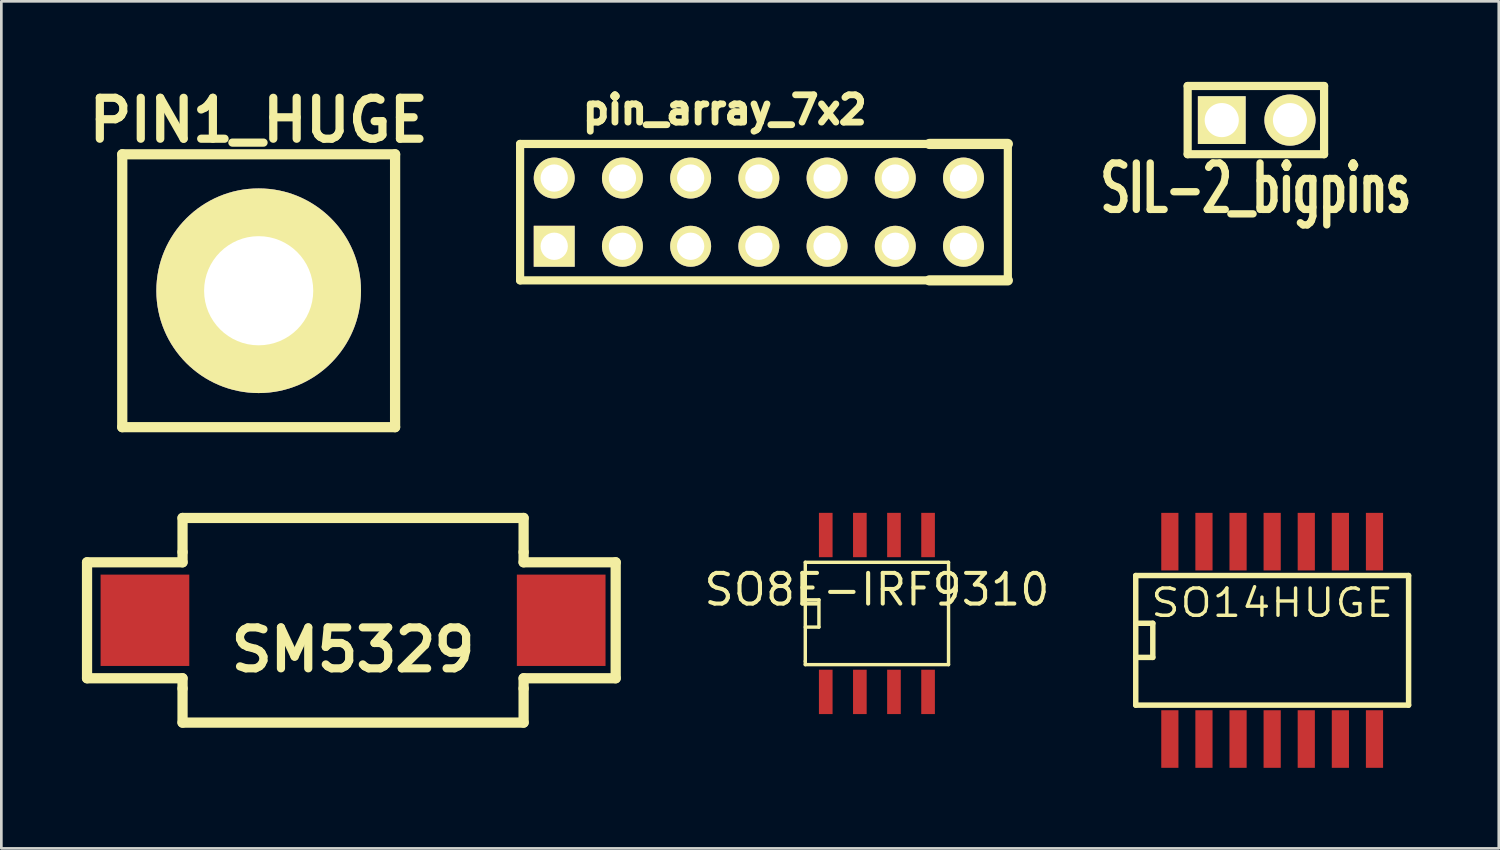
<source format=kicad_pcb>
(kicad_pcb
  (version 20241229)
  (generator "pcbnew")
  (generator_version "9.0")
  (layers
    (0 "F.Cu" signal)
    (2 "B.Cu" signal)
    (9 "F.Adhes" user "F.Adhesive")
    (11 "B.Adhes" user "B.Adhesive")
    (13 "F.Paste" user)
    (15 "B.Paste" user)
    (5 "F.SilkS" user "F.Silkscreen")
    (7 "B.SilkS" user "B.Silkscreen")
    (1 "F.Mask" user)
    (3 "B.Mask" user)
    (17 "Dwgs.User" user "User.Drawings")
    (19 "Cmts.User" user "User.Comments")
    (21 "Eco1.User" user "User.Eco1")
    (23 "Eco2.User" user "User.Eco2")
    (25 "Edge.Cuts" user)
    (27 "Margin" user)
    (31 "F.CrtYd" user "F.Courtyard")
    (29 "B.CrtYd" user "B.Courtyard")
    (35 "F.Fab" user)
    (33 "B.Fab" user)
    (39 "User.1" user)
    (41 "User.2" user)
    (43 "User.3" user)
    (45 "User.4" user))
  (footprint "SO14HUGE"
    (layer "F.Cu")
    (at 44.321 20.667)
    (property "Reference" "SO14HUGE" (at 0 -1.27 0) (layer "F.SilkS") (effects (font (size 1.016 1.143) (thickness 0.127))))
    (attr smd)
    (fp_line (start -5.08 -2.286) (end 5.08 -2.286) (stroke (width 0.203) (type solid)) (layer "F.SilkS"))
    (fp_line (start -5.08 -0.508) (end -4.445 -0.508) (stroke (width 0.203) (type solid)) (layer "F.SilkS"))
    (fp_line (start -5.08 2.54) (end -5.08 -2.286) (stroke (width 0.203) (type solid)) (layer "F.SilkS"))
    (fp_line (start -4.445 -0.508) (end -4.445 0.762) (stroke (width 0.203) (type solid)) (layer "F.SilkS"))
    (fp_line (start -4.445 0.762) (end -5.08 0.762) (stroke (width 0.203) (type solid)) (layer "F.SilkS"))
    (fp_line (start 5.08 -2.286) (end 5.08 2.54) (stroke (width 0.203) (type solid)) (layer "F.SilkS"))
    (fp_line (start 5.08 2.54) (end -5.08 2.54) (stroke (width 0.203) (type solid)) (layer "F.SilkS"))
    (pad "1" smd rect (at -3.81 3.802) (size 0.64 2.144) (layers "F.Cu" "F.Mask" "F.Paste"))
    (pad "2" smd rect (at -2.54 3.802) (size 0.64 2.144) (layers "F.Cu" "F.Mask" "F.Paste"))
    (pad "3" smd rect (at -1.27 3.802) (size 0.64 2.144) (layers "F.Cu" "F.Mask" "F.Paste"))
    (pad "4" smd rect (at 0 3.802) (size 0.64 2.144) (layers "F.Cu" "F.Mask" "F.Paste"))
    (pad "5" smd rect (at 1.27 3.802) (size 0.64 2.144) (layers "F.Cu" "F.Mask" "F.Paste"))
    (pad "6" smd rect (at 2.54 3.802) (size 0.64 2.144) (layers "F.Cu" "F.Mask" "F.Paste"))
    (pad "7" smd rect (at 3.81 3.802) (size 0.64 2.144) (layers "F.Cu" "F.Mask" "F.Paste"))
    (pad "8" smd rect (at 3.81 -3.548) (size 0.64 2.144) (layers "F.Cu" "F.Mask" "F.Paste"))
    (pad "9" smd rect (at 2.54 -3.548) (size 0.64 2.144) (layers "F.Cu" "F.Mask" "F.Paste"))
    (pad "10" smd rect (at 1.27 -3.548) (size 0.64 2.144) (layers "F.Cu" "F.Mask" "F.Paste"))
    (pad "11" smd rect (at 0 -3.548) (size 0.64 2.144) (layers "F.Cu" "F.Mask" "F.Paste"))
    (pad "12" smd rect (at -1.27 -3.548) (size 0.64 2.144) (layers "F.Cu" "F.Mask" "F.Paste"))
    (pad "13" smd rect (at -2.54 -3.548) (size 0.64 2.144) (layers "F.Cu" "F.Mask" "F.Paste"))
    (pad "14" smd rect (at -3.81 -3.548) (size 0.64 2.144) (layers "F.Cu" "F.Mask" "F.Paste")))
  (footprint "SO8E-IRF9310"
    (layer "F.Cu")
    (at 29.603 19.793)
    (property "Reference" "SO8E-IRF9310" (at 0 -0.889 0) (layer "F.SilkS") (effects (font (size 1.143 1.143) (thickness 0.152))))
    (attr smd)
    (fp_line (start -2.667 -1.905) (end -2.667 1.778) (stroke (width 0.127) (type solid)) (layer "F.SilkS"))
    (fp_line (start -2.667 -0.508) (end -2.159 -0.508) (stroke (width 0.127) (type solid)) (layer "F.SilkS"))
    (fp_line (start -2.667 1.778) (end -2.667 1.905) (stroke (width 0.127) (type solid)) (layer "F.SilkS"))
    (fp_line (start -2.667 1.905) (end 2.667 1.905) (stroke (width 0.127) (type solid)) (layer "F.SilkS"))
    (fp_line (start -2.159 -0.508) (end -2.159 0.508) (stroke (width 0.127) (type solid)) (layer "F.SilkS"))
    (fp_line (start -2.159 0.508) (end -2.667 0.508) (stroke (width 0.127) (type solid)) (layer "F.SilkS"))
    (fp_line (start 2.667 -1.905) (end -2.667 -1.905) (stroke (width 0.127) (type solid)) (layer "F.SilkS"))
    (fp_line (start 2.667 -1.905) (end 2.667 1.905) (stroke (width 0.127) (type solid)) (layer "F.SilkS"))
    (pad "D" smd rect (at -1.905 -2.921) (size 0.508 1.651) (layers "F.Cu" "F.Mask" "F.Paste"))
    (pad "D" smd rect (at -0.635 -2.921) (size 0.508 1.651) (layers "F.Cu" "F.Mask" "F.Paste"))
    (pad "D" smd rect (at 0.635 -2.921) (size 0.508 1.651) (layers "F.Cu" "F.Mask" "F.Paste"))
    (pad "D" smd rect (at 1.905 -2.921) (size 0.508 1.651) (layers "F.Cu" "F.Mask" "F.Paste"))
    (pad "G" smd rect (at 1.905 2.921) (size 0.508 1.651) (layers "F.Cu" "F.Mask" "F.Paste"))
    (pad "S" smd rect (at -1.905 2.921) (size 0.508 1.651) (layers "F.Cu" "F.Mask" "F.Paste"))
    (pad "S" smd rect (at -0.635 2.921) (size 0.508 1.651) (layers "F.Cu" "F.Mask" "F.Paste"))
    (pad "S" smd rect (at 0.635 2.921) (size 0.508 1.651) (layers "F.Cu" "F.Mask" "F.Paste")))
  (footprint "SIL-2_bigpins"
    (layer "F.Cu")
    (at 43.714 1.422)
    (property "Reference" "SIL-2_bigpins" (at 0 2.54 0) (layer "F.SilkS") (effects (font (size 1.73 1.087) (thickness 0.272))))
    (attr through_hole)
    (fp_line (start -2.54 -1.27) (end 2.54 -1.27) (stroke (width 0.305) (type solid)) (layer "F.SilkS"))
    (fp_line (start -2.54 1.27) (end -2.54 -1.27) (stroke (width 0.305) (type solid)) (layer "F.SilkS"))
    (fp_line (start 2.54 -1.27) (end 2.54 1.27) (stroke (width 0.305) (type solid)) (layer "F.SilkS"))
    (fp_line (start 2.54 1.27) (end -2.54 1.27) (stroke (width 0.305) (type solid)) (layer "F.SilkS"))
    (pad "1" thru_hole rect (at -1.27 0) (size 1.778 1.778) (drill 1.27) (layers "*.Cu" "*.Mask" "F.SilkS"))
    (pad "2" thru_hole circle (at 1.27 0) (size 1.905 1.905) (drill 1.27) (layers "*.Cu" "*.Mask" "F.SilkS")))
  (footprint "PIN1_HUGE"
    (layer "F.Cu")
    (at 6.582 7.776)
    (property "Reference" "PIN1_HUGE" (at 0 -6.35 0) (layer "F.SilkS") (effects (font (size 1.524 1.524) (thickness 0.305))))
    (attr through_hole)
    (fp_line (start -5.08 -5.08) (end 5.08 -5.08) (stroke (width 0.381) (type solid)) (layer "F.SilkS"))
    (fp_line (start -5.08 5.08) (end -5.08 -5.08) (stroke (width 0.381) (type solid)) (layer "F.SilkS"))
    (fp_line (start 5.08 -5.08) (end 5.08 5.08) (stroke (width 0.381) (type solid)) (layer "F.SilkS"))
    (fp_line (start 5.08 5.08) (end -5.08 5.08) (stroke (width 0.381) (type solid)) (layer "F.SilkS"))
    (pad "1" thru_hole circle (at 0 0) (size 7.62 7.62) (drill 4.064) (layers "*.Cu" "*.Mask" "F.SilkS")))
  (footprint "SM5329"
    (layer "F.Cu")
    (at 10.097 20.047)
    (property "Reference" "SM5329" (at 0 1.1 0) (layer "F.SilkS") (effects (font (size 1.524 1.524) (thickness 0.305))))
    (attr through_hole)
    (fp_line (start -9.906 -2.159) (end -6.35 -2.159) (stroke (width 0.381) (type solid)) (layer "F.SilkS"))
    (fp_line (start -9.906 2.159) (end -9.906 -2.159) (stroke (width 0.381) (type solid)) (layer "F.SilkS"))
    (fp_line (start -6.35 -3.81) (end 6.35 -3.81) (stroke (width 0.381) (type solid)) (layer "F.SilkS"))
    (fp_line (start -6.35 -2.54) (end -6.35 -3.81) (stroke (width 0.381) (type solid)) (layer "F.SilkS"))
    (fp_line (start -6.35 -2.159) (end -6.35 -2.54) (stroke (width 0.381) (type solid)) (layer "F.SilkS"))
    (fp_line (start -6.35 2.159) (end -9.906 2.159) (stroke (width 0.381) (type solid)) (layer "F.SilkS"))
    (fp_line (start -6.35 2.54) (end -6.35 2.159) (stroke (width 0.381) (type solid)) (layer "F.SilkS"))
    (fp_line (start -6.35 3.81) (end -6.35 2.54) (stroke (width 0.381) (type solid)) (layer "F.SilkS"))
    (fp_line (start 6.35 -3.81) (end 6.35 -2.54) (stroke (width 0.381) (type solid)) (layer "F.SilkS"))
    (fp_line (start 6.35 -2.54) (end 6.35 -2.159) (stroke (width 0.381) (type solid)) (layer "F.SilkS"))
    (fp_line (start 6.35 -2.159) (end 9.779 -2.159) (stroke (width 0.381) (type solid)) (layer "F.SilkS"))
    (fp_line (start 6.35 2.159) (end 6.35 2.54) (stroke (width 0.381) (type solid)) (layer "F.SilkS"))
    (fp_line (start 6.35 2.54) (end 6.35 3.81) (stroke (width 0.381) (type solid)) (layer "F.SilkS"))
    (fp_line (start 6.35 3.81) (end -6.35 3.81) (stroke (width 0.381) (type solid)) (layer "F.SilkS"))
    (fp_line (start 9.779 -2.159) (end 9.779 2.159) (stroke (width 0.381) (type solid)) (layer "F.SilkS"))
    (fp_line (start 9.779 2.159) (end 6.35 2.159) (stroke (width 0.381) (type solid)) (layer "F.SilkS"))
    (pad "1" smd rect (at -7.75 0) (size 3.302 3.401) (layers "F.Cu" "F.Mask" "F.Paste"))
    (pad "2" smd rect (at 7.75 0) (size 3.302 3.401) (layers "F.Cu" "F.Mask" "F.Paste")))
  (footprint "pin_array_7x2"
    (layer "F.Cu")
    (at 23.937 4.85)
    (property "Reference" "pin_array_7x2" (at 0 -3.81 0) (layer "F.SilkS") (effects (font (size 1.016 1.016) (thickness 0.254))))
    (attr through_hole)
    (fp_line (start -7.62 -2.54) (end 7.62 -2.54) (stroke (width 0.305) (type solid)) (layer "F.SilkS"))
    (fp_line (start -7.62 2.54) (end -7.62 -2.54) (stroke (width 0.305) (type solid)) (layer "F.SilkS"))
    (fp_line (start 7.62 -2.54) (end 10.541 -2.54) (stroke (width 0.381) (type solid)) (layer "F.SilkS"))
    (fp_line (start 7.62 2.54) (end -7.62 2.54) (stroke (width 0.305) (type solid)) (layer "F.SilkS"))
    (fp_line (start 7.62 2.54) (end 10.541 2.54) (stroke (width 0.381) (type solid)) (layer "F.SilkS"))
    (fp_line (start 10.541 -2.54) (end 10.541 2.54) (stroke (width 0.305) (type solid)) (layer "F.SilkS"))
    (pad "1" thru_hole rect (at -6.35 1.27) (size 1.524 1.524) (drill 1.016) (layers "*.Cu" "*.Mask" "F.SilkS"))
    (pad "2" thru_hole circle (at -6.35 -1.27) (size 1.524 1.524) (drill 1.016) (layers "*.Cu" "*.Mask" "F.SilkS"))
    (pad "3" thru_hole circle (at -3.81 1.27) (size 1.524 1.524) (drill 1.016) (layers "*.Cu" "*.Mask" "F.SilkS"))
    (pad "4" thru_hole circle (at -3.81 -1.27) (size 1.524 1.524) (drill 1.016) (layers "*.Cu" "*.Mask" "F.SilkS"))
    (pad "5" thru_hole circle (at -1.27 1.27) (size 1.524 1.524) (drill 1.016) (layers "*.Cu" "*.Mask" "F.SilkS"))
    (pad "6" thru_hole circle (at -1.27 -1.27) (size 1.524 1.524) (drill 1.016) (layers "*.Cu" "*.Mask" "F.SilkS"))
    (pad "7" thru_hole circle (at 1.27 1.27) (size 1.524 1.524) (drill 1.016) (layers "*.Cu" "*.Mask" "F.SilkS"))
    (pad "8" thru_hole circle (at 1.27 -1.27) (size 1.524 1.524) (drill 1.016) (layers "*.Cu" "*.Mask" "F.SilkS"))
    (pad "9" thru_hole circle (at 3.81 1.27) (size 1.524 1.524) (drill 1.016) (layers "*.Cu" "*.Mask" "F.SilkS"))
    (pad "10" thru_hole circle (at 3.81 -1.27) (size 1.524 1.524) (drill 1.016) (layers "*.Cu" "*.Mask" "F.SilkS"))
    (pad "11" thru_hole circle (at 6.35 1.27) (size 1.524 1.524) (drill 1.016) (layers "*.Cu" "*.Mask" "F.SilkS"))
    (pad "12" thru_hole circle (at 6.35 -1.27) (size 1.524 1.524) (drill 1.016) (layers "*.Cu" "*.Mask" "F.SilkS"))
    (pad "13" thru_hole circle (at 8.89 1.27) (size 1.524 1.524) (drill 1.016) (layers "*.Cu" "*.Mask" "F.SilkS"))
    (pad "14" thru_hole circle (at 8.89 -1.27) (size 1.524 1.524) (drill 1.016) (layers "*.Cu" "*.Mask" "F.SilkS")))
  (gr_rect
    (start -3 -3)
    (end 52.759 28.541)
    (stroke (width 0.1) (type default))
    (fill no)
    (layer "Edge.Cuts")))
</source>
